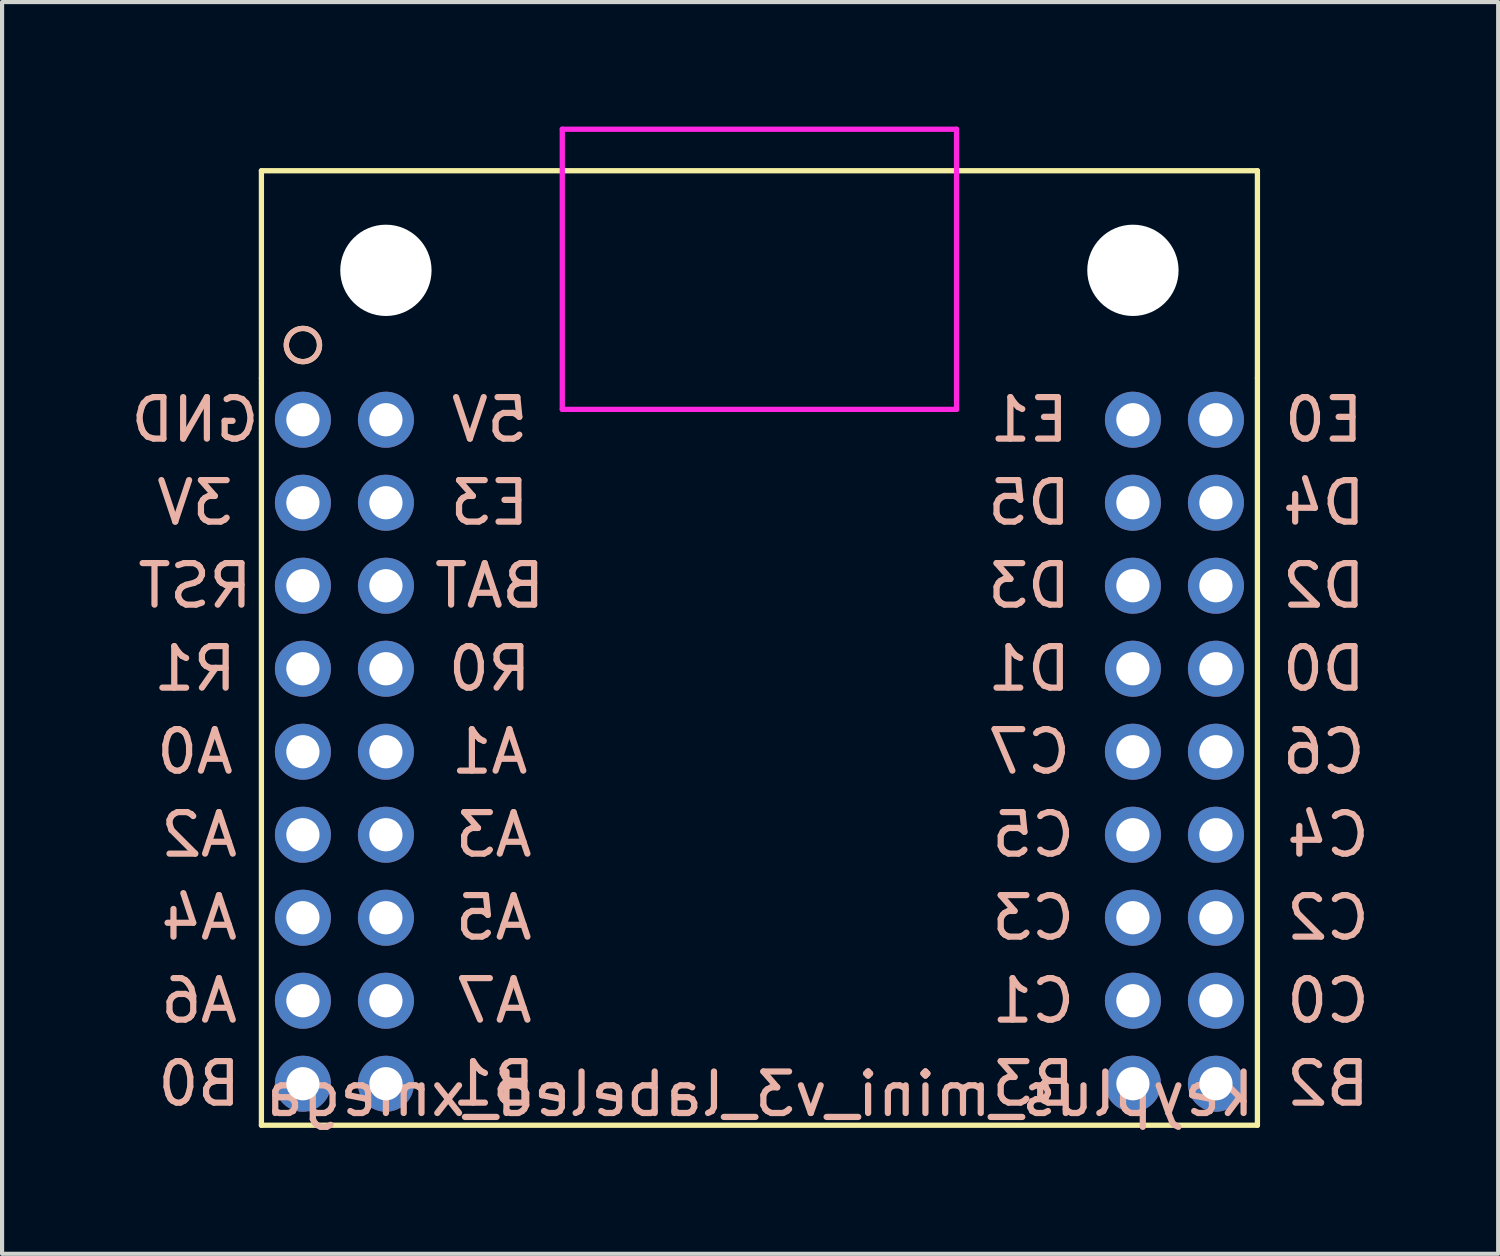
<source format=kicad_pcb>
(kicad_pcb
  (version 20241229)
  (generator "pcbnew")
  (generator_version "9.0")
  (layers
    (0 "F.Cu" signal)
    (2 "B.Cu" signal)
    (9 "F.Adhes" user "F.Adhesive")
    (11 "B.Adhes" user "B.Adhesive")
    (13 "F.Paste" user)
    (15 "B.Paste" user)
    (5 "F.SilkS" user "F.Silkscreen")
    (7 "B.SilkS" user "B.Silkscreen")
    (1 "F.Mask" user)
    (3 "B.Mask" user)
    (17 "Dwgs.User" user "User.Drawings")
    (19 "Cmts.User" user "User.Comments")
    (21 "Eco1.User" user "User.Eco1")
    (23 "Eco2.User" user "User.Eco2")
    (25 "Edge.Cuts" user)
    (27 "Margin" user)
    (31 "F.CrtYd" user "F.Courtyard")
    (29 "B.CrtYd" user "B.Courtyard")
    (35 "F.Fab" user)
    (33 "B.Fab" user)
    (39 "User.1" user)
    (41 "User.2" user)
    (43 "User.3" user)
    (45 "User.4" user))
  (footprint "keyplus_mini_v3_labeled_xmega"
    (layer "F.Cu")
    (at 15.249 16.064)
    (property "Reference" "keyplus_mini_v3_labeled_xmega" (at 0 7.25 0) (layer "B.SilkS") (effects (font (size 1 1) (thickness 0.15)) (justify mirror)))
    (attr through_hole)
    (fp_line (start -12 -10) (end -12 -15) (stroke (width 0.127) (type solid)) (layer "F.SilkS"))
    (fp_line (start -12 -10) (end -12 8) (stroke (width 0.127) (type solid)) (layer "F.SilkS"))
    (fp_line (start -12 8) (end 12 8) (stroke (width 0.127) (type solid)) (layer "F.SilkS"))
    (fp_line (start 12 -15) (end -12 -15) (stroke (width 0.127) (type solid)) (layer "F.SilkS"))
    (fp_line (start 12 -15) (end 12 -10) (stroke (width 0.127) (type solid)) (layer "F.SilkS"))
    (fp_line (start 12 8) (end 12 -10) (stroke (width 0.127) (type solid)) (layer "F.SilkS"))
    (fp_circle (center -11 -10.8) (end -10.6 -10.8) (stroke (width 0.127) (type solid)) (fill no) (layer "F.SilkS"))
    (fp_circle (center -11 -10.8) (end -10.6 -10.8) (stroke (width 0.127) (type solid)) (fill no) (layer "B.SilkS"))
    (fp_line (start -4.75 -16) (end -4.75 -9.25) (stroke (width 0.127) (type solid)) (layer "F.CrtYd"))
    (fp_line (start -4.75 -9.25) (end 4.75 -9.25) (stroke (width 0.127) (type solid)) (layer "F.CrtYd"))
    (fp_line (start 4.75 -16) (end -4.75 -16) (stroke (width 0.127) (type solid)) (layer "F.CrtYd"))
    (fp_line (start 4.75 -9.25) (end 4.75 -16) (stroke (width 0.127) (type solid)) (layer "F.CrtYd"))
    (fp_text user "C2" (at 13.7 3 0) (layer "B.SilkS") (effects (font (size 1 1) (thickness 0.15)) (justify mirror)))
    (fp_text user "A7" (at -6.4 5 0) (layer "B.SilkS") (effects (font (size 1 1) (thickness 0.15)) (justify mirror)))
    (fp_text user "C7" (at 6.5 -1 0) (layer "B.SilkS") (effects (font (size 1 1) (thickness 0.15)) (justify mirror)))
    (fp_text user "E1" (at 6.5 -9 0) (layer "B.SilkS") (effects (font (size 1 1) (thickness 0.15)) (justify mirror)))
    (fp_text user "A1" (at -6.5 -1 0) (layer "B.SilkS") (effects (font (size 1 1) (thickness 0.15)) (justify mirror)))
    (fp_text user "R0" (at -6.5 -3 0) (layer "B.SilkS") (effects (font (size 1 1) (thickness 0.15)) (justify mirror)))
    (fp_text user "C0" (at 13.7 5 0) (layer "B.SilkS") (effects (font (size 1 1) (thickness 0.15)) (justify mirror)))
    (fp_text user "GND" (at -13.6 -9 0) (layer "B.SilkS") (effects (font (size 1 1) (thickness 0.15)) (justify mirror)))
    (fp_text user "C4" (at 13.7 1 0) (layer "B.SilkS") (effects (font (size 1 1) (thickness 0.15)) (justify mirror)))
    (fp_text user "BAT" (at -6.5 -5 0) (layer "B.SilkS") (effects (font (size 1 1) (thickness 0.15)) (justify mirror)))
    (fp_text user "B3" (at 6.6 7 0) (layer "B.SilkS") (effects (font (size 1 1) (thickness 0.15)) (justify mirror)))
    (fp_text user "E3" (at -6.5 -7 0) (layer "B.SilkS") (effects (font (size 1 1) (thickness 0.15)) (justify mirror)))
    (fp_text user "D3" (at 6.5 -5 0) (layer "B.SilkS") (effects (font (size 1 1) (thickness 0.15)) (justify mirror)))
    (fp_text user "D2" (at 13.6 -5 0) (layer "B.SilkS") (effects (font (size 1 1) (thickness 0.15)) (justify mirror)))
    (fp_text user "RST" (at -13.6 -5 0) (layer "B.SilkS") (effects (font (size 1 1) (thickness 0.15)) (justify mirror)))
    (fp_text user "B0" (at -13.5 7 0) (layer "B.SilkS") (effects (font (size 1 1) (thickness 0.15)) (justify mirror)))
    (fp_text user "C3" (at 6.6 3 0) (layer "B.SilkS") (effects (font (size 1 1) (thickness 0.15)) (justify mirror)))
    (fp_text user "5V" (at -6.5 -9 0) (layer "B.SilkS") (effects (font (size 1 1) (thickness 0.15)) (justify mirror)))
    (fp_text user "A5" (at -6.4 3 0) (layer "B.SilkS") (effects (font (size 1 1) (thickness 0.15)) (justify mirror)))
    (fp_text user "A6" (at -13.5 5 0) (layer "B.SilkS") (effects (font (size 1 1) (thickness 0.15)) (justify mirror)))
    (fp_text user "D1" (at 6.5 -3 0) (layer "B.SilkS") (effects (font (size 1 1) (thickness 0.15)) (justify mirror)))
    (fp_text user "B1" (at -6.4 7 0) (layer "B.SilkS") (effects (font (size 1 1) (thickness 0.15)) (justify mirror)))
    (fp_text user "3V" (at -13.6 -7 0) (layer "B.SilkS") (effects (font (size 1 1) (thickness 0.15)) (justify mirror)))
    (fp_text user "D5" (at 6.5 -7 0) (layer "B.SilkS") (effects (font (size 1 1) (thickness 0.15)) (justify mirror)))
    (fp_text user "B2" (at 13.7 7 0) (layer "B.SilkS") (effects (font (size 1 1) (thickness 0.15)) (justify mirror)))
    (fp_text user "A3" (at -6.4 1 0) (layer "B.SilkS") (effects (font (size 1 1) (thickness 0.15)) (justify mirror)))
    (fp_text user "C5" (at 6.6 1 0) (layer "B.SilkS") (effects (font (size 1 1) (thickness 0.15)) (justify mirror)))
    (fp_text user "D4" (at 13.6 -7 0) (layer "B.SilkS") (effects (font (size 1 1) (thickness 0.15)) (justify mirror)))
    (fp_text user "D0" (at 13.6 -3 0) (layer "B.SilkS") (effects (font (size 1 1) (thickness 0.15)) (justify mirror)))
    (fp_text user "A2" (at -13.5 1 0) (layer "B.SilkS") (effects (font (size 1 1) (thickness 0.15)) (justify mirror)))
    (fp_text user "C6" (at 13.6 -1 0) (layer "B.SilkS") (effects (font (size 1 1) (thickness 0.15)) (justify mirror)))
    (fp_text user "E0" (at 13.6 -9 0) (layer "B.SilkS") (effects (font (size 1 1) (thickness 0.15)) (justify mirror)))
    (fp_text user "A0" (at -13.6 -1 0) (layer "B.SilkS") (effects (font (size 1 1) (thickness 0.15)) (justify mirror)))
    (fp_text user "A4" (at -13.5 3 0) (layer "B.SilkS") (effects (font (size 1 1) (thickness 0.15)) (justify mirror)))
    (fp_text user "R1" (at -13.6 -3 0) (layer "B.SilkS") (effects (font (size 1 1) (thickness 0.15)) (justify mirror)))
    (fp_text user "C1" (at 6.6 5 0) (layer "B.SilkS") (effects (font (size 1 1) (thickness 0.15)) (justify mirror)))
    (pad "" np_thru_hole circle (at -9 -12.6) (size 2.2 2.2) (drill 2.2) (layers "*.Cu" "*.Mask"))
    (pad "" np_thru_hole circle (at 9 -12.6) (size 2.2 2.2) (drill 2.2) (layers "*.Cu" "*.Mask"))
    (pad "1" thru_hole circle (at -11 -9) (size 1.35 1.35) (drill 0.8) (layers "*.Cu" "*.Mask"))
    (pad "2" thru_hole circle (at -9 -9) (size 1.35 1.35) (drill 0.8) (layers "*.Cu" "*.Mask"))
    (pad "3" thru_hole circle (at -11 -7) (size 1.35 1.35) (drill 0.8) (layers "*.Cu" "*.Mask"))
    (pad "4" thru_hole circle (at -9 -7) (size 1.35 1.35) (drill 0.8) (layers "*.Cu" "*.Mask"))
    (pad "5" thru_hole circle (at -11 -5) (size 1.35 1.35) (drill 0.8) (layers "*.Cu" "*.Mask"))
    (pad "6" thru_hole circle (at -9 -5) (size 1.35 1.35) (drill 0.8) (layers "*.Cu" "*.Mask"))
    (pad "7" thru_hole circle (at -11 -3) (size 1.35 1.35) (drill 0.8) (layers "*.Cu" "*.Mask"))
    (pad "8" thru_hole circle (at -9 -3) (size 1.35 1.35) (drill 0.8) (layers "*.Cu" "*.Mask"))
    (pad "9" thru_hole circle (at -11 -1) (size 1.35 1.35) (drill 0.8) (layers "*.Cu" "*.Mask"))
    (pad "10" thru_hole circle (at -9 -1) (size 1.35 1.35) (drill 0.8) (layers "*.Cu" "*.Mask"))
    (pad "11" thru_hole circle (at -11 1) (size 1.35 1.35) (drill 0.8) (layers "*.Cu" "*.Mask"))
    (pad "12" thru_hole circle (at -9 1) (size 1.35 1.35) (drill 0.8) (layers "*.Cu" "*.Mask"))
    (pad "13" thru_hole circle (at -11 3) (size 1.35 1.35) (drill 0.8) (layers "*.Cu" "*.Mask"))
    (pad "14" thru_hole circle (at -9 3) (size 1.35 1.35) (drill 0.8) (layers "*.Cu" "*.Mask"))
    (pad "15" thru_hole circle (at -11 5) (size 1.35 1.35) (drill 0.8) (layers "*.Cu" "*.Mask"))
    (pad "16" thru_hole circle (at -9 5) (size 1.35 1.35) (drill 0.8) (layers "*.Cu" "*.Mask"))
    (pad "17" thru_hole circle (at -11 7) (size 1.35 1.35) (drill 0.8) (layers "*.Cu" "*.Mask"))
    (pad "18" thru_hole circle (at -9 7) (size 1.35 1.35) (drill 0.8) (layers "*.Cu" "*.Mask"))
    (pad "19" thru_hole circle (at 9 7) (size 1.35 1.35) (drill 0.8) (layers "*.Cu" "*.Mask"))
    (pad "20" thru_hole circle (at 11 7) (size 1.35 1.35) (drill 0.8) (layers "*.Cu" "*.Mask"))
    (pad "21" thru_hole circle (at 9 5) (size 1.35 1.35) (drill 0.8) (layers "*.Cu" "*.Mask"))
    (pad "22" thru_hole circle (at 11 5) (size 1.35 1.35) (drill 0.8) (layers "*.Cu" "*.Mask"))
    (pad "23" thru_hole circle (at 9 3) (size 1.35 1.35) (drill 0.8) (layers "*.Cu" "*.Mask"))
    (pad "24" thru_hole circle (at 11 3) (size 1.35 1.35) (drill 0.8) (layers "*.Cu" "*.Mask"))
    (pad "25" thru_hole circle (at 9 1) (size 1.35 1.35) (drill 0.8) (layers "*.Cu" "*.Mask"))
    (pad "26" thru_hole circle (at 11 1) (size 1.35 1.35) (drill 0.8) (layers "*.Cu" "*.Mask"))
    (pad "27" thru_hole circle (at 9 -1) (size 1.35 1.35) (drill 0.8) (layers "*.Cu" "*.Mask"))
    (pad "28" thru_hole circle (at 11 -1) (size 1.35 1.35) (drill 0.8) (layers "*.Cu" "*.Mask"))
    (pad "29" thru_hole circle (at 9 -3) (size 1.35 1.35) (drill 0.8) (layers "*.Cu" "*.Mask"))
    (pad "30" thru_hole circle (at 11 -3) (size 1.35 1.35) (drill 0.8) (layers "*.Cu" "*.Mask"))
    (pad "31" thru_hole circle (at 9 -5) (size 1.35 1.35) (drill 0.8) (layers "*.Cu" "*.Mask"))
    (pad "32" thru_hole circle (at 11 -5) (size 1.35 1.35) (drill 0.8) (layers "*.Cu" "*.Mask"))
    (pad "33" thru_hole circle (at 9 -7) (size 1.35 1.35) (drill 0.8) (layers "*.Cu" "*.Mask"))
    (pad "34" thru_hole circle (at 11 -7) (size 1.35 1.35) (drill 0.8) (layers "*.Cu" "*.Mask"))
    (pad "35" thru_hole circle (at 9 -9) (size 1.35 1.35) (drill 0.8) (layers "*.Cu" "*.Mask"))
    (pad "36" thru_hole circle (at 11 -9) (size 1.35 1.35) (drill 0.8) (layers "*.Cu" "*.Mask")))
  (gr_rect
    (start -3 -3)
    (end 33.05 27.162)
    (stroke (width 0.1) (type default))
    (fill no)
    (layer "Edge.Cuts")))
</source>
